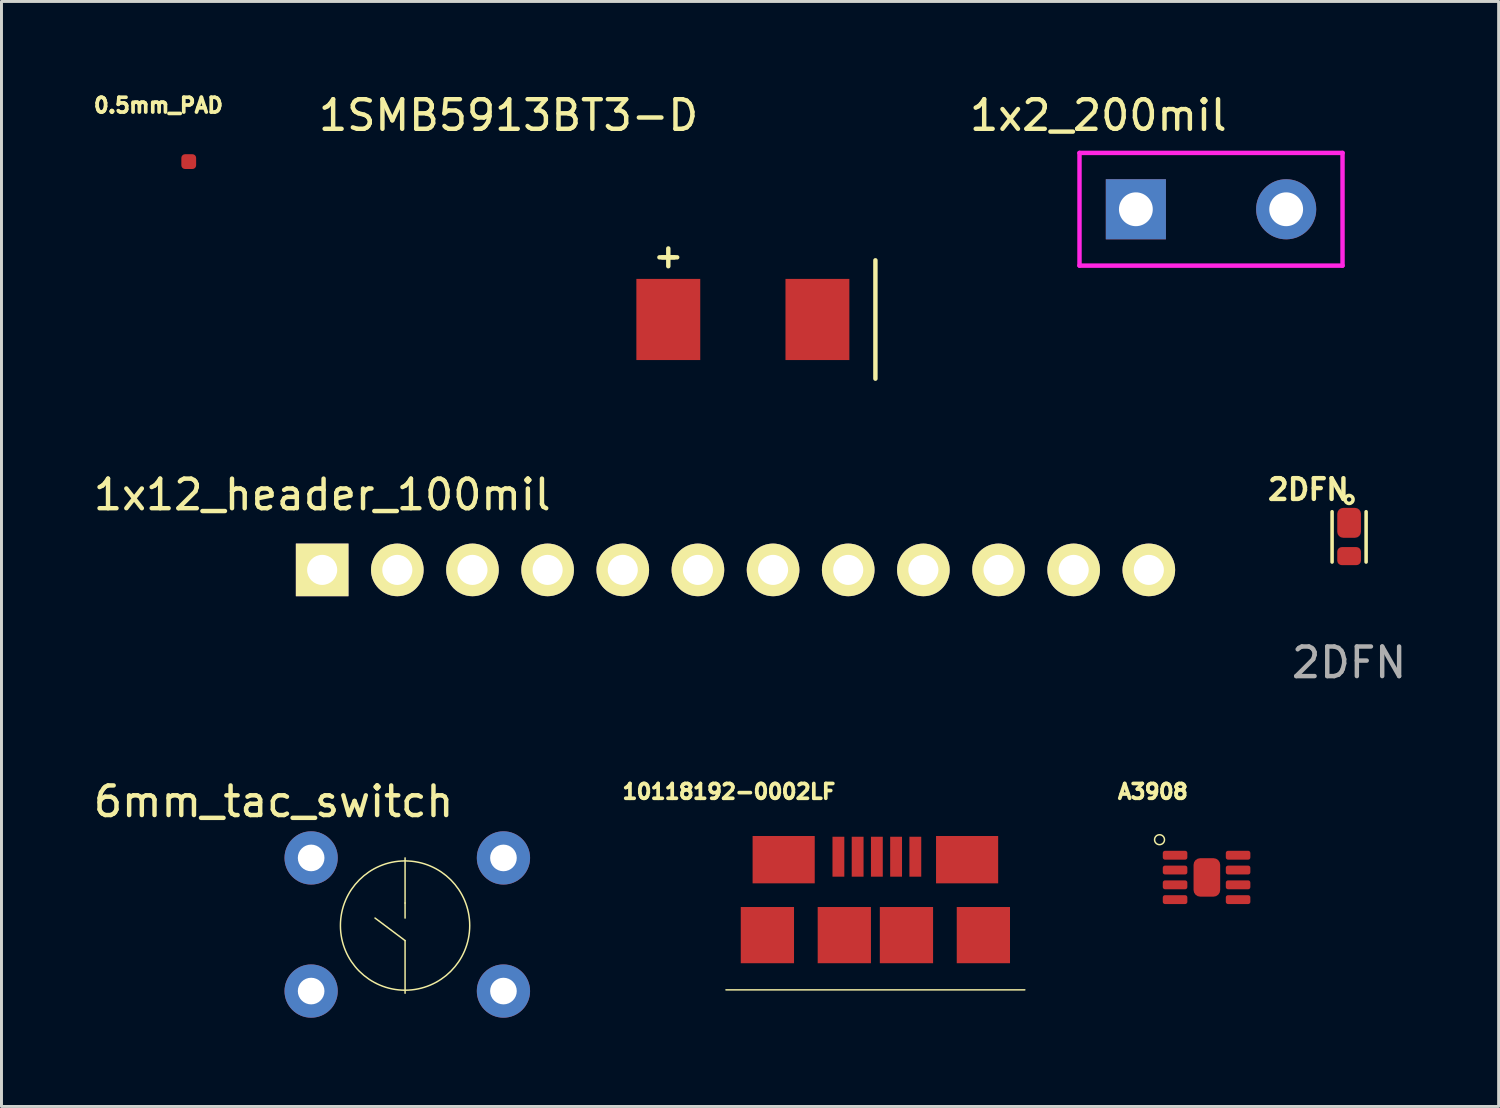
<source format=kicad_pcb>
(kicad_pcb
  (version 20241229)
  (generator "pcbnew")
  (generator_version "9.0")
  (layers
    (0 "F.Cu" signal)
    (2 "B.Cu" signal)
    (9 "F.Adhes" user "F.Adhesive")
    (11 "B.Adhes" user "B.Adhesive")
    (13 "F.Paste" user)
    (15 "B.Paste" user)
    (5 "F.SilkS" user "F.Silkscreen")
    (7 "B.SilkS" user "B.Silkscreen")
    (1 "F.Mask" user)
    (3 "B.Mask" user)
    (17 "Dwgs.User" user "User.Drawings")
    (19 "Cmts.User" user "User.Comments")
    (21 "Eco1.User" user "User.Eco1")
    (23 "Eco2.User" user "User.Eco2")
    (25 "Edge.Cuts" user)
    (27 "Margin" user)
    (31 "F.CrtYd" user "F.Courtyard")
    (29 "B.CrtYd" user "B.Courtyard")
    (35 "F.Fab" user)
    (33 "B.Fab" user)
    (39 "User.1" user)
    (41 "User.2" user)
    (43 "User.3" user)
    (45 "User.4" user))
  (footprint "10118192-0002LF"
    (layer "F.Cu")
    (at 26.587 27.106)
    (property "Reference" "10118192-0002LF" (at -5 -3.4 0) (layer "F.SilkS") (effects (font (size 0.5 0.5) (thickness 0.125))))
    (attr through_hole)
    (fp_line (start 5 3.3) (end -5.1 3.3) (stroke (width 0.05) (type solid)) (layer "F.SilkS"))
    (pad "1" smd rect (at -1.3 -1.2) (size 0.4 1.35) (layers "F.Cu" "F.Mask" "F.Paste"))
    (pad "2" smd rect (at -0.65 -1.2) (size 0.4 1.35) (layers "F.Cu" "F.Mask" "F.Paste"))
    (pad "3" smd rect (at 0 -1.2) (size 0.4 1.35) (layers "F.Cu" "F.Mask" "F.Paste"))
    (pad "4" smd rect (at 0.65 -1.2) (size 0.4 1.35) (layers "F.Cu" "F.Mask" "F.Paste"))
    (pad "5" smd rect (at 1.3 -1.2) (size 0.4 1.35) (layers "F.Cu" "F.Mask" "F.Paste"))
    (pad "6" smd rect (at -3.7 1.45) (size 1.8 1.9) (layers "F.Cu" "F.Mask" "F.Paste"))
    (pad "6" smd rect (at -3.15 -1.1) (size 2.1 1.6) (layers "F.Cu" "F.Mask" "F.Paste"))
    (pad "6" smd rect (at -1.1 1.45) (size 1.8 1.9) (layers "F.Cu" "F.Mask" "F.Paste"))
    (pad "6" smd rect (at 1 1.45) (size 1.8 1.9) (layers "F.Cu" "F.Mask" "F.Paste"))
    (pad "6" smd rect (at 3.05 -1.1) (size 2.1 1.6) (layers "F.Cu" "F.Mask" "F.Paste"))
    (pad "6" smd rect (at 3.6 1.45 180) (size 1.8 1.9) (layers "F.Cu" "F.Mask" "F.Paste")))
  (footprint "1x2_200mil"
    (layer "F.Cu")
    (at 37.881 4.023)
    (property "Reference" "1x2_200mil" (at -3.81 -3.175 0) (layer "F.SilkS") (effects (font (size 1 1) (thickness 0.15))))
    (attr through_hole)
    (fp_line (start -4.445 -1.905) (end -4.445 1.905) (stroke (width 0.15) (type solid)) (layer "F.CrtYd"))
    (fp_line (start -4.445 1.905) (end 4.445 1.905) (stroke (width 0.15) (type solid)) (layer "F.CrtYd"))
    (fp_line (start 4.445 -1.905) (end -4.445 -1.905) (stroke (width 0.15) (type solid)) (layer "F.CrtYd"))
    (fp_line (start 4.445 1.905) (end 4.445 -1.905) (stroke (width 0.15) (type solid)) (layer "F.CrtYd"))
    (pad "1" thru_hole rect (at -2.54 0) (size 2.032 2.032) (drill 1.143) (layers "*.Cu" "*.Mask"))
    (pad "2" thru_hole circle (at 2.54 0) (size 2.032 2.032) (drill 1.143) (layers "*.Cu" "*.Mask")))
  (footprint "2DFN"
    (layer "F.Cu")
    (at 42.548 15.146)
    (property "Reference" "2DFN" (at -1.375 -1.65 0) (unlocked yes) (layer "F.SilkS") (effects (font (size 0.7 0.7) (thickness 0.15))))
    (attr smd)
    (fp_line (start -0.575 -0.9) (end -0.575 0.8) (stroke (width 0.12) (type solid)) (layer "F.SilkS"))
    (fp_line (start 0.575 -0.9) (end 0.575 0.8) (stroke (width 0.12) (type solid)) (layer "F.SilkS"))
    (fp_circle (center 0 -1.315) (end 0.05 -1.19) (stroke (width 0.12) (type solid)) (fill no) (layer "F.SilkS"))
    (fp_text user "${REFERENCE}" (at 0 4.2 0) (unlocked yes) (layer "F.Fab") (effects (font (size 1 1) (thickness 0.15))))
    (pad "1" smd roundrect (at 0 -0.525) (size 0.8 1.01) (layers "F.Cu" "F.Mask" "F.Paste") (roundrect_rratio 0.25))
    (pad "2" smd roundrect (at 0 0.6) (size 0.8 0.61) (layers "F.Cu" "F.Mask" "F.Paste") (roundrect_rratio 0.25)))
  (footprint "6mm_tac_switch"
    (layer "F.Cu")
    (at 10.641 28.233)
    (property "Reference" "6mm_tac_switch" (at -4.445 -4.191 0) (layer "F.SilkS") (effects (font (size 1 1) (thickness 0.15))))
    (attr through_hole)
    (fp_line (start -1.016 -0.254) (end 0 0.508) (stroke (width 0.05) (type solid)) (layer "F.SilkS"))
    (fp_line (start 0 -2.286) (end 0 -0.762) (stroke (width 0.05) (type solid)) (layer "F.SilkS"))
    (fp_line (start 0 -0.762) (end 0 -0.254) (stroke (width 0.05) (type solid)) (layer "F.SilkS"))
    (fp_line (start 0 0.508) (end 0 2.286) (stroke (width 0.05) (type solid)) (layer "F.SilkS"))
    (fp_circle (center 0 0) (end 1.27 1.778) (stroke (width 0.05) (type solid)) (fill no) (layer "F.SilkS"))
    (pad "1" thru_hole circle (at -3.175 -2.286) (size 1.8 1.8) (drill 0.9) (layers "*.Cu" "*.Mask"))
    (pad "2" thru_hole circle (at 3.325 -2.286) (size 1.8 1.8) (drill 0.9) (layers "*.Cu" "*.Mask"))
    (pad "3" thru_hole circle (at -3.175 2.214) (size 1.8 1.8) (drill 0.9) (layers "*.Cu" "*.Mask"))
    (pad "4" thru_hole circle (at 3.325 2.214) (size 1.8 1.8) (drill 0.9) (layers "*.Cu" "*.Mask")))
  (footprint "1x12_header_100mil"
    (layer "F.Cu")
    (at 21.809 16.212)
    (property "Reference" "1x12_header_100mil" (at -13.97 -2.54 0) (layer "F.SilkS") (effects (font (size 1 1) (thickness 0.15))))
    (attr through_hole)
    (pad "1" thru_hole rect (at -13.97 0) (size 1.778 1.778) (drill 1.016) (layers "*.Cu" "*.Mask" "F.SilkS"))
    (pad "2" thru_hole circle (at -11.43 0) (size 1.778 1.778) (drill 1.016) (layers "*.Cu" "*.Mask" "F.SilkS"))
    (pad "3" thru_hole circle (at -8.89 0) (size 1.778 1.778) (drill 1.016) (layers "*.Cu" "*.Mask" "F.SilkS"))
    (pad "4" thru_hole circle (at -6.35 0) (size 1.778 1.778) (drill 1.016) (layers "*.Cu" "*.Mask" "F.SilkS"))
    (pad "5" thru_hole circle (at -3.81 0) (size 1.778 1.778) (drill 1.016) (layers "*.Cu" "*.Mask" "F.SilkS"))
    (pad "6" thru_hole circle (at -1.27 0) (size 1.778 1.778) (drill 1.016) (layers "*.Cu" "*.Mask" "F.SilkS"))
    (pad "7" thru_hole circle (at 1.27 0) (size 1.778 1.778) (drill 1.016) (layers "*.Cu" "*.Mask" "F.SilkS"))
    (pad "8" thru_hole circle (at 3.81 0) (size 1.778 1.778) (drill 1.016) (layers "*.Cu" "*.Mask" "F.SilkS"))
    (pad "9" thru_hole circle (at 6.35 0) (size 1.778 1.778) (drill 1.016) (layers "*.Cu" "*.Mask" "F.SilkS"))
    (pad "10" thru_hole circle (at 8.89 0) (size 1.778 1.778) (drill 1.016) (layers "*.Cu" "*.Mask" "F.SilkS"))
    (pad "11" thru_hole circle (at 11.43 0) (size 1.778 1.778) (drill 1.016) (layers "*.Cu" "*.Mask" "F.SilkS"))
    (pad "12" thru_hole circle (at 13.97 0) (size 1.778 1.778) (drill 1.016) (layers "*.Cu" "*.Mask" "F.SilkS")))
  (footprint "1SMB5913BT3-D"
    (layer "F.Cu")
    (at 19.538 7.748)
    (property "Reference" "1SMB5913BT3-D" (at -5.4 -6.9 0) (layer "F.SilkS") (effects (font (size 1 1) (thickness 0.15))))
    (attr through_hole)
    (fp_line (start 0 -2.4) (end 0 -1.8) (stroke (width 0.15) (type solid)) (layer "F.SilkS"))
    (fp_line (start 0.2 -2.1) (end -0.2 -2.1) (stroke (width 0.15) (type solid)) (layer "F.SilkS"))
    (fp_line (start 0.3 -2.1) (end -0.3 -2.1) (stroke (width 0.15) (type solid)) (layer "F.SilkS"))
    (fp_line (start 7 -2) (end 7 2) (stroke (width 0.15) (type solid)) (layer "F.SilkS"))
    (pad "1" smd rect (at 0 0) (size 2.159 2.743) (layers "F.Cu" "F.Mask" "F.Paste"))
    (pad "2" smd rect (at 5.04 0) (size 2.159 2.743) (layers "F.Cu" "F.Mask" "F.Paste")))
  (footprint "0.5mm_PAD"
    (layer "F.Cu")
    (at 3.329 2.412)
    (property "Reference" "0.5mm_PAD" (at -1.025 -1.9 0) (layer "F.SilkS") (effects (font (size 0.5 0.5) (thickness 0.125))))
    (attr through_hole)
    (pad "1" smd roundrect (at 0 0) (size 0.5 0.5) (layers "F.Cu" "F.Mask" "F.Paste") (roundrect_rratio 0.25)))
  (footprint "A3908"
    (layer "F.Cu")
    (at 37.716 26.606)
    (property "Reference" "A3908" (at -1.8 -2.9 0) (layer "F.SilkS") (effects (font (size 0.5 0.5) (thickness 0.125))))
    (attr through_hole)
    (fp_circle (center -1.575 -1.275) (end -1.5 -1.425) (stroke (width 0.05) (type solid)) (fill no) (layer "F.SilkS"))
    (pad "1" smd roundrect (at -1.05 -0.75) (size 0.83 0.3) (layers "F.Cu" "F.Mask" "F.Paste") (roundrect_rratio 0.25))
    (pad "2" smd roundrect (at -1.05 -0.25) (size 0.83 0.3) (layers "F.Cu" "F.Mask" "F.Paste") (roundrect_rratio 0.25))
    (pad "3" smd roundrect (at -1.05 0.25) (size 0.83 0.3) (layers "F.Cu" "F.Mask" "F.Paste") (roundrect_rratio 0.25))
    (pad "4" smd roundrect (at -1.05 0.75) (size 0.83 0.3) (layers "F.Cu" "F.Mask" "F.Paste") (roundrect_rratio 0.25))
    (pad "5" smd roundrect (at 1.08 0.75) (size 0.83 0.3) (layers "F.Cu" "F.Mask" "F.Paste") (roundrect_rratio 0.25))
    (pad "6" smd roundrect (at 1.08 0.25) (size 0.83 0.3) (layers "F.Cu" "F.Mask" "F.Paste") (roundrect_rratio 0.25))
    (pad "7" smd roundrect (at 1.08 -0.25) (size 0.83 0.3) (layers "F.Cu" "F.Mask" "F.Paste") (roundrect_rratio 0.25))
    (pad "8" smd roundrect (at 1.08 -0.75) (size 0.83 0.3) (layers "F.Cu" "F.Mask" "F.Paste") (roundrect_rratio 0.25))
    (pad "9" smd roundrect (at 0.025 0) (size 0.9 1.3) (layers "F.Cu" "F.Mask" "F.Paste") (roundrect_rratio 0.25)))
  (gr_rect
    (start -3 -3)
    (end 47.602 34.347)
    (stroke (width 0.1) (type default))
    (fill no)
    (layer "Edge.Cuts")))
</source>
